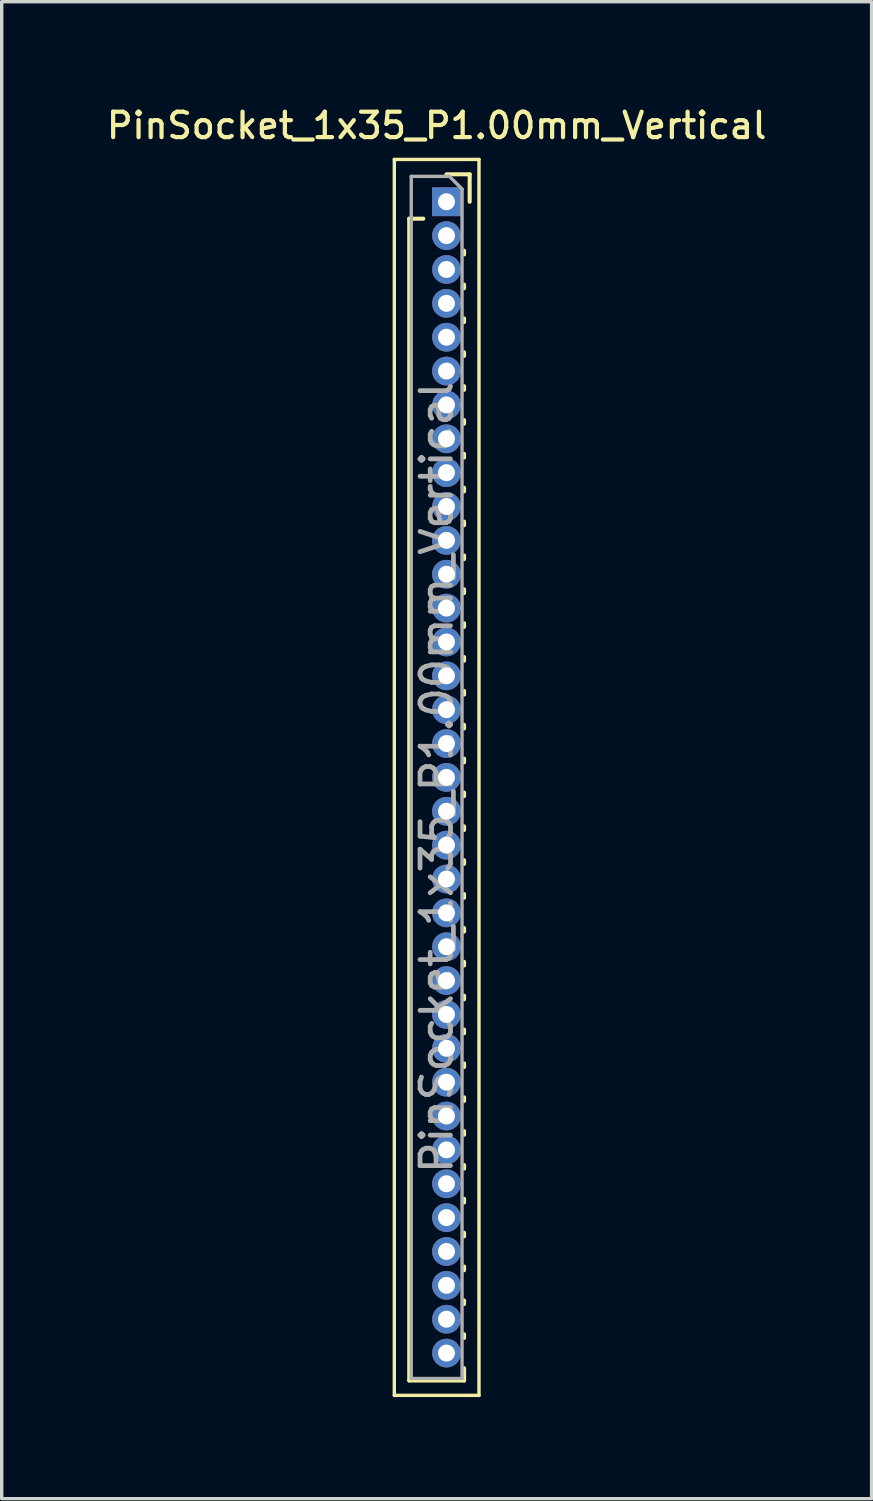
<source format=kicad_pcb>
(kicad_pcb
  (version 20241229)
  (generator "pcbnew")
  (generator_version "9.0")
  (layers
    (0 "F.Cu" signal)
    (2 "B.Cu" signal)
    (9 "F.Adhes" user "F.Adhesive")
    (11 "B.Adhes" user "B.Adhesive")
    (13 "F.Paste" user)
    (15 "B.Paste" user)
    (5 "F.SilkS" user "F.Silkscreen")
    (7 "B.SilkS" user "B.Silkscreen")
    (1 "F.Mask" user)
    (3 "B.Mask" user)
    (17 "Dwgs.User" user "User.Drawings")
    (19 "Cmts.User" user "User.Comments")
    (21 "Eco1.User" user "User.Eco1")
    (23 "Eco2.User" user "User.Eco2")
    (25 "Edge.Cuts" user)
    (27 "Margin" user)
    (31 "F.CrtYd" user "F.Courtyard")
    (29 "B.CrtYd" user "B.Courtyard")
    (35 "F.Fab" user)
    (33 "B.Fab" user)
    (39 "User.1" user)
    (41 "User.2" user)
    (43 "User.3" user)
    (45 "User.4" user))
  (footprint "PinSocket_1x35_P1.00mm_Vertical"
    (layer "F.Cu")
    (at 10.135 2.908)
    (property "Reference" "PinSocket_1x35_P1.00mm_Vertical" (at -0.29 -2.25 0) (layer "F.SilkS") (effects (font (size 0.75 0.75) (thickness 0.125))))
    (attr through_hole)
    (fp_line (start -1.54 -1.25) (end 0.96 -1.25) (stroke (width 0.1) (type solid)) (layer "F.SilkS"))
    (fp_line (start -1.54 35.25) (end -1.54 -1.25) (stroke (width 0.1) (type solid)) (layer "F.SilkS"))
    (fp_line (start -1.1 0.5) (end -1.1 34.81) (stroke (width 0.12) (type solid)) (layer "F.SilkS"))
    (fp_line (start -1.1 0.5) (end -0.685 0.5) (stroke (width 0.12) (type solid)) (layer "F.SilkS"))
    (fp_line (start -1.1 34.81) (end 0.52 34.81) (stroke (width 0.12) (type solid)) (layer "F.SilkS"))
    (fp_line (start 0 -0.81) (end 0.685 -0.81) (stroke (width 0.12) (type solid)) (layer "F.SilkS"))
    (fp_line (start 0.52 1.446) (end 0.52 1.554) (stroke (width 0.12) (type solid)) (layer "F.SilkS"))
    (fp_line (start 0.52 2.446) (end 0.52 2.554) (stroke (width 0.12) (type solid)) (layer "F.SilkS"))
    (fp_line (start 0.52 3.446) (end 0.52 3.554) (stroke (width 0.12) (type solid)) (layer "F.SilkS"))
    (fp_line (start 0.52 4.446) (end 0.52 4.554) (stroke (width 0.12) (type solid)) (layer "F.SilkS"))
    (fp_line (start 0.52 5.446) (end 0.52 5.554) (stroke (width 0.12) (type solid)) (layer "F.SilkS"))
    (fp_line (start 0.52 6.446) (end 0.52 6.554) (stroke (width 0.12) (type solid)) (layer "F.SilkS"))
    (fp_line (start 0.52 7.446) (end 0.52 7.554) (stroke (width 0.12) (type solid)) (layer "F.SilkS"))
    (fp_line (start 0.52 8.446) (end 0.52 8.554) (stroke (width 0.12) (type solid)) (layer "F.SilkS"))
    (fp_line (start 0.52 9.446) (end 0.52 9.554) (stroke (width 0.12) (type solid)) (layer "F.SilkS"))
    (fp_line (start 0.52 10.446) (end 0.52 10.554) (stroke (width 0.12) (type solid)) (layer "F.SilkS"))
    (fp_line (start 0.52 11.446) (end 0.52 11.554) (stroke (width 0.12) (type solid)) (layer "F.SilkS"))
    (fp_line (start 0.52 12.446) (end 0.52 12.554) (stroke (width 0.12) (type solid)) (layer "F.SilkS"))
    (fp_line (start 0.52 13.446) (end 0.52 13.554) (stroke (width 0.12) (type solid)) (layer "F.SilkS"))
    (fp_line (start 0.52 14.446) (end 0.52 14.554) (stroke (width 0.12) (type solid)) (layer "F.SilkS"))
    (fp_line (start 0.52 15.446) (end 0.52 15.554) (stroke (width 0.12) (type solid)) (layer "F.SilkS"))
    (fp_line (start 0.52 16.446) (end 0.52 16.554) (stroke (width 0.12) (type solid)) (layer "F.SilkS"))
    (fp_line (start 0.52 17.446) (end 0.52 17.554) (stroke (width 0.12) (type solid)) (layer "F.SilkS"))
    (fp_line (start 0.52 18.446) (end 0.52 18.554) (stroke (width 0.12) (type solid)) (layer "F.SilkS"))
    (fp_line (start 0.52 19.446) (end 0.52 19.554) (stroke (width 0.12) (type solid)) (layer "F.SilkS"))
    (fp_line (start 0.52 20.446) (end 0.52 20.554) (stroke (width 0.12) (type solid)) (layer "F.SilkS"))
    (fp_line (start 0.52 21.446) (end 0.52 21.554) (stroke (width 0.12) (type solid)) (layer "F.SilkS"))
    (fp_line (start 0.52 22.446) (end 0.52 22.554) (stroke (width 0.12) (type solid)) (layer "F.SilkS"))
    (fp_line (start 0.52 23.446) (end 0.52 23.554) (stroke (width 0.12) (type solid)) (layer "F.SilkS"))
    (fp_line (start 0.52 24.446) (end 0.52 24.554) (stroke (width 0.12) (type solid)) (layer "F.SilkS"))
    (fp_line (start 0.52 25.446) (end 0.52 25.554) (stroke (width 0.12) (type solid)) (layer "F.SilkS"))
    (fp_line (start 0.52 26.446) (end 0.52 26.554) (stroke (width 0.12) (type solid)) (layer "F.SilkS"))
    (fp_line (start 0.52 27.446) (end 0.52 27.554) (stroke (width 0.12) (type solid)) (layer "F.SilkS"))
    (fp_line (start 0.52 28.446) (end 0.52 28.554) (stroke (width 0.12) (type solid)) (layer "F.SilkS"))
    (fp_line (start 0.52 29.446) (end 0.52 29.554) (stroke (width 0.12) (type solid)) (layer "F.SilkS"))
    (fp_line (start 0.52 30.446) (end 0.52 30.554) (stroke (width 0.12) (type solid)) (layer "F.SilkS"))
    (fp_line (start 0.52 31.446) (end 0.52 31.554) (stroke (width 0.12) (type solid)) (layer "F.SilkS"))
    (fp_line (start 0.52 32.446) (end 0.52 32.554) (stroke (width 0.12) (type solid)) (layer "F.SilkS"))
    (fp_line (start 0.52 33.446) (end 0.52 33.554) (stroke (width 0.12) (type solid)) (layer "F.SilkS"))
    (fp_line (start 0.52 34.446) (end 0.52 34.81) (stroke (width 0.12) (type solid)) (layer "F.SilkS"))
    (fp_line (start 0.685 -0.81) (end 0.685 0) (stroke (width 0.12) (type solid)) (layer "F.SilkS"))
    (fp_line (start 0.96 -1.25) (end 0.96 35.25) (stroke (width 0.1) (type solid)) (layer "F.SilkS"))
    (fp_line (start 0.96 35.25) (end -1.54 35.25) (stroke (width 0.1) (type solid)) (layer "F.SilkS"))
    (fp_line (start -1.04 -0.75) (end 0.085 -0.75) (stroke (width 0.1) (type solid)) (layer "F.Fab"))
    (fp_line (start -1.04 34.75) (end -1.04 -0.75) (stroke (width 0.1) (type solid)) (layer "F.Fab"))
    (fp_line (start 0.085 -0.75) (end 0.46 -0.375) (stroke (width 0.1) (type solid)) (layer "F.Fab"))
    (fp_line (start 0.46 -0.375) (end 0.46 34.75) (stroke (width 0.1) (type solid)) (layer "F.Fab"))
    (fp_line (start 0.46 34.75) (end -1.04 34.75) (stroke (width 0.1) (type solid)) (layer "F.Fab"))
    (fp_text user "${REFERENCE}" (at -0.29 17 90) (layer "F.Fab") (effects (font (size 0.9 0.9) (thickness 0.14))))
    (pad "1" thru_hole rect (at 0 0) (size 0.85 0.85) (drill 0.5) (layers "*.Cu" "*.Mask"))
    (pad "2" thru_hole oval (at 0 1) (size 0.85 0.85) (drill 0.5) (layers "*.Cu" "*.Mask"))
    (pad "3" thru_hole oval (at 0 2) (size 0.85 0.85) (drill 0.5) (layers "*.Cu" "*.Mask"))
    (pad "4" thru_hole oval (at 0 3) (size 0.85 0.85) (drill 0.5) (layers "*.Cu" "*.Mask"))
    (pad "5" thru_hole oval (at 0 4) (size 0.85 0.85) (drill 0.5) (layers "*.Cu" "*.Mask"))
    (pad "6" thru_hole oval (at 0 5) (size 0.85 0.85) (drill 0.5) (layers "*.Cu" "*.Mask"))
    (pad "7" thru_hole oval (at 0 6) (size 0.85 0.85) (drill 0.5) (layers "*.Cu" "*.Mask"))
    (pad "8" thru_hole oval (at 0 7) (size 0.85 0.85) (drill 0.5) (layers "*.Cu" "*.Mask"))
    (pad "9" thru_hole oval (at 0 8) (size 0.85 0.85) (drill 0.5) (layers "*.Cu" "*.Mask"))
    (pad "10" thru_hole oval (at 0 9) (size 0.85 0.85) (drill 0.5) (layers "*.Cu" "*.Mask"))
    (pad "11" thru_hole oval (at 0 10) (size 0.85 0.85) (drill 0.5) (layers "*.Cu" "*.Mask"))
    (pad "12" thru_hole oval (at 0 11) (size 0.85 0.85) (drill 0.5) (layers "*.Cu" "*.Mask"))
    (pad "13" thru_hole oval (at 0 12) (size 0.85 0.85) (drill 0.5) (layers "*.Cu" "*.Mask"))
    (pad "14" thru_hole oval (at 0 13) (size 0.85 0.85) (drill 0.5) (layers "*.Cu" "*.Mask"))
    (pad "15" thru_hole oval (at 0 14) (size 0.85 0.85) (drill 0.5) (layers "*.Cu" "*.Mask"))
    (pad "16" thru_hole oval (at 0 15) (size 0.85 0.85) (drill 0.5) (layers "*.Cu" "*.Mask"))
    (pad "17" thru_hole oval (at 0 16) (size 0.85 0.85) (drill 0.5) (layers "*.Cu" "*.Mask"))
    (pad "18" thru_hole oval (at 0 17) (size 0.85 0.85) (drill 0.5) (layers "*.Cu" "*.Mask"))
    (pad "19" thru_hole oval (at 0 18) (size 0.85 0.85) (drill 0.5) (layers "*.Cu" "*.Mask"))
    (pad "20" thru_hole oval (at 0 19) (size 0.85 0.85) (drill 0.5) (layers "*.Cu" "*.Mask"))
    (pad "21" thru_hole oval (at 0 20) (size 0.85 0.85) (drill 0.5) (layers "*.Cu" "*.Mask"))
    (pad "22" thru_hole oval (at 0 21) (size 0.85 0.85) (drill 0.5) (layers "*.Cu" "*.Mask"))
    (pad "23" thru_hole oval (at 0 22) (size 0.85 0.85) (drill 0.5) (layers "*.Cu" "*.Mask"))
    (pad "24" thru_hole oval (at 0 23) (size 0.85 0.85) (drill 0.5) (layers "*.Cu" "*.Mask"))
    (pad "25" thru_hole oval (at 0 24) (size 0.85 0.85) (drill 0.5) (layers "*.Cu" "*.Mask"))
    (pad "26" thru_hole oval (at 0 25) (size 0.85 0.85) (drill 0.5) (layers "*.Cu" "*.Mask"))
    (pad "27" thru_hole oval (at 0 26) (size 0.85 0.85) (drill 0.5) (layers "*.Cu" "*.Mask"))
    (pad "28" thru_hole oval (at 0 27) (size 0.85 0.85) (drill 0.5) (layers "*.Cu" "*.Mask"))
    (pad "29" thru_hole oval (at 0 28) (size 0.85 0.85) (drill 0.5) (layers "*.Cu" "*.Mask"))
    (pad "30" thru_hole oval (at 0 29) (size 0.85 0.85) (drill 0.5) (layers "*.Cu" "*.Mask"))
    (pad "31" thru_hole oval (at 0 30) (size 0.85 0.85) (drill 0.5) (layers "*.Cu" "*.Mask"))
    (pad "32" thru_hole oval (at 0 31) (size 0.85 0.85) (drill 0.5) (layers "*.Cu" "*.Mask"))
    (pad "33" thru_hole oval (at 0 32) (size 0.85 0.85) (drill 0.5) (layers "*.Cu" "*.Mask"))
    (pad "34" thru_hole oval (at 0 33) (size 0.85 0.85) (drill 0.5) (layers "*.Cu" "*.Mask"))
    (pad "35" thru_hole oval (at 0 34) (size 0.85 0.85) (drill 0.5) (layers "*.Cu" "*.Mask")))
  (gr_rect
    (start -3 -3)
    (end 22.689 41.208)
    (stroke (width 0.1) (type default))
    (fill no)
    (layer "Edge.Cuts")))
</source>
